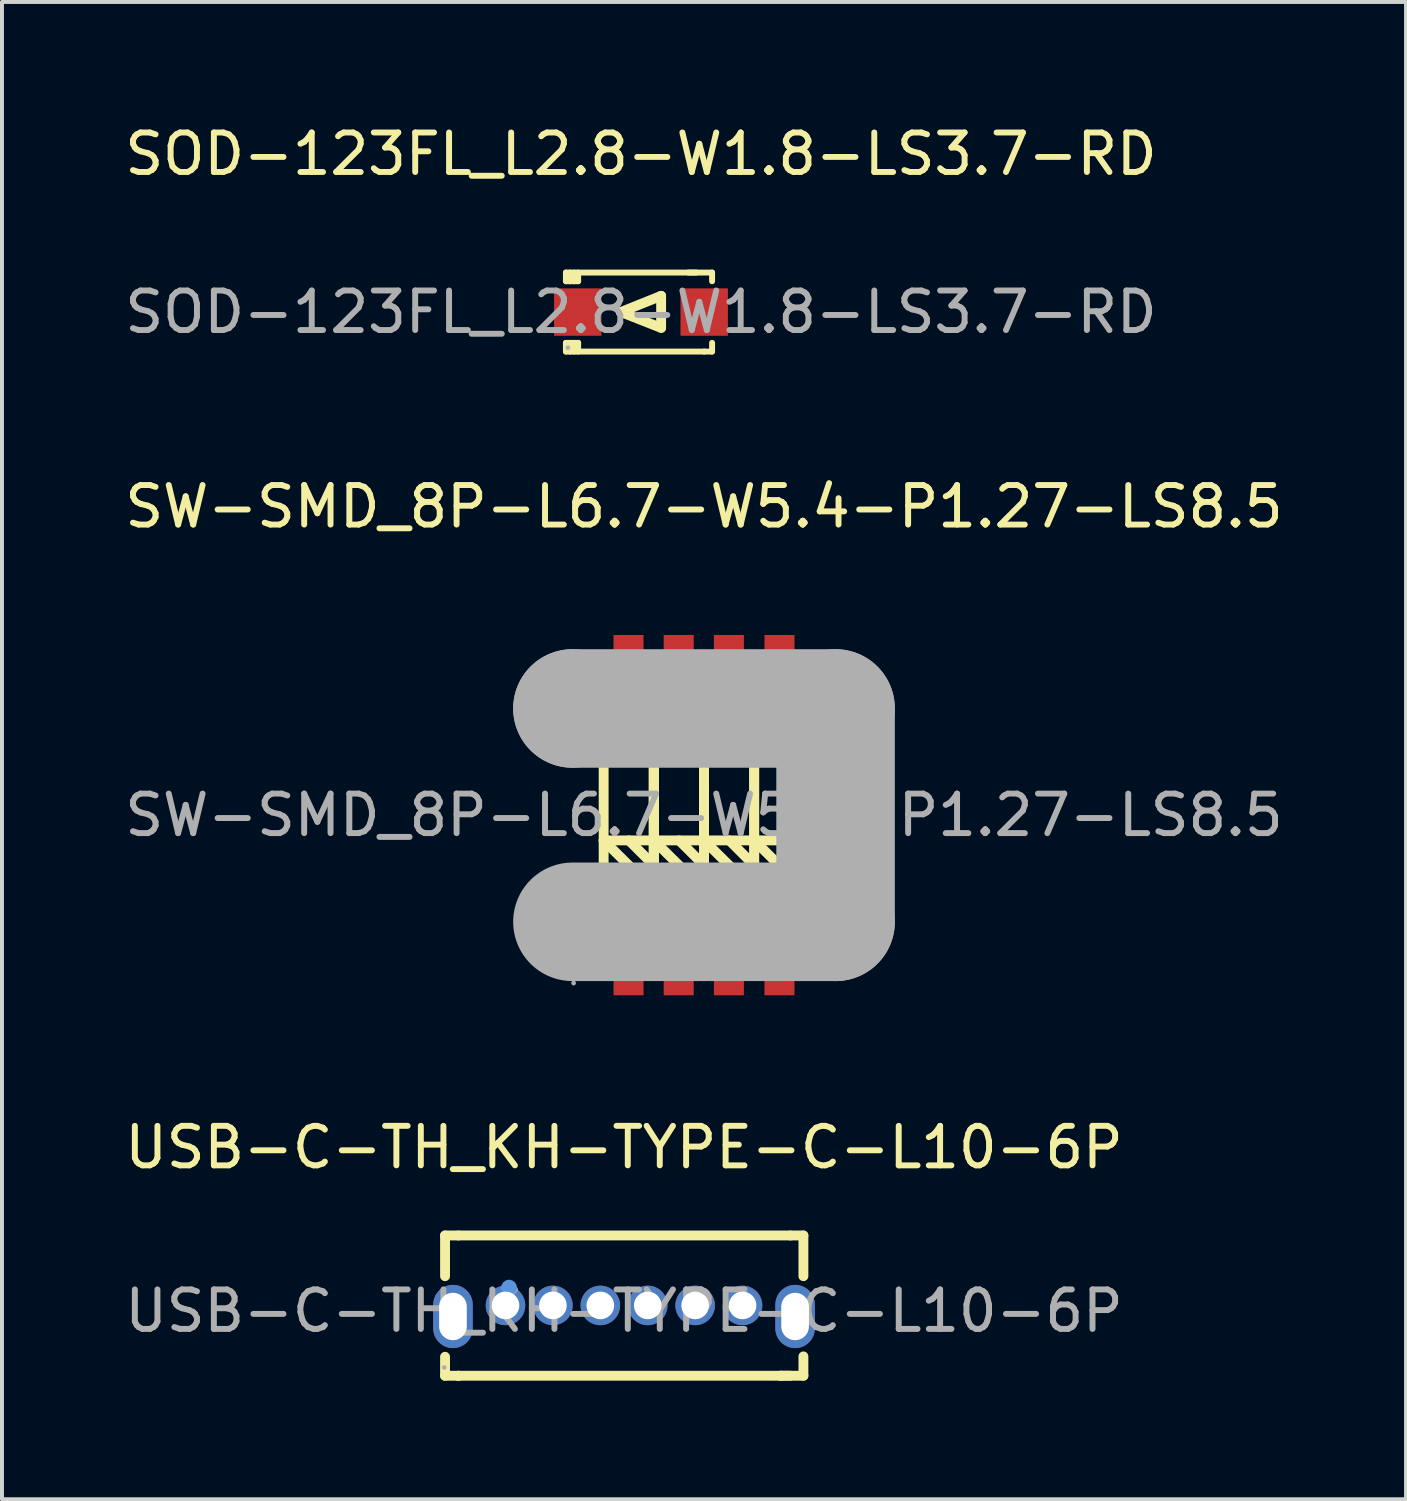
<source format=kicad_pcb>
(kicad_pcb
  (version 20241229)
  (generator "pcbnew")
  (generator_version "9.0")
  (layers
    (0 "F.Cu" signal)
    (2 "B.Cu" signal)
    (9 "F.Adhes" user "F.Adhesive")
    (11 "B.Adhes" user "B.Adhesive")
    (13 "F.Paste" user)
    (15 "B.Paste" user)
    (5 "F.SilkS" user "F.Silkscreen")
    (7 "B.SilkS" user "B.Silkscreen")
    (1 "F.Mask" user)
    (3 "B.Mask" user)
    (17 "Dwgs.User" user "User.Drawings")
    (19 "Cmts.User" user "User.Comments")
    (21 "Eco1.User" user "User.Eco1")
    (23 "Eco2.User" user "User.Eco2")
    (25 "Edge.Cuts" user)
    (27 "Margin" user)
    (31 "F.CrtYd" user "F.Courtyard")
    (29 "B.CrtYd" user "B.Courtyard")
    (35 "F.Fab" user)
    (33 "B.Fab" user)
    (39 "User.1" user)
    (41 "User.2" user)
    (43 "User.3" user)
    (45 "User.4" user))
  (footprint "SW-SMD_8P-L6.7-W5.4-P1.27-LS8.5"
    (layer "F.Cu")
    (at 14.768 17.581)
    (property "Reference" "SW-SMD_8P-L6.7-W5.4-P1.27-LS8.5" (at 0 -7.81 0) (layer "F.SilkS") (effects (font (size 1 1) (thickness 0.15))))
    (attr smd)
    (fp_line (start -2.54 -2.54) (end -2.54 2.54) (stroke (width 0.25) (type solid)) (layer "F.SilkS"))
    (fp_line (start -2.54 0.64) (end -1.27 1.9) (stroke (width 0.25) (type solid)) (layer "F.SilkS"))
    (fp_line (start -2.54 1.27) (end -1.9 1.9) (stroke (width 0.25) (type solid)) (layer "F.SilkS"))
    (fp_line (start -2.54 1.9) (end -1.27 1.9) (stroke (width 0.25) (type solid)) (layer "F.SilkS"))
    (fp_line (start -2.54 2.54) (end -1.27 2.54) (stroke (width 0.25) (type solid)) (layer "F.SilkS"))
    (fp_line (start -1.9 0.64) (end -1.27 1.27) (stroke (width 0.25) (type solid)) (layer "F.SilkS"))
    (fp_line (start -1.27 -2.54) (end -2.54 -2.54) (stroke (width 0.25) (type solid)) (layer "F.SilkS"))
    (fp_line (start -1.27 -2.54) (end -1.27 2.54) (stroke (width 0.25) (type solid)) (layer "F.SilkS"))
    (fp_line (start -1.27 -2.54) (end -1.27 2.54) (stroke (width 0.25) (type solid)) (layer "F.SilkS"))
    (fp_line (start -1.27 0.64) (end -2.54 0.64) (stroke (width 0.25) (type solid)) (layer "F.SilkS"))
    (fp_line (start -1.27 0.64) (end 0 0.64) (stroke (width 0.25) (type solid)) (layer "F.SilkS"))
    (fp_line (start -1.27 1.27) (end -0.63 1.9) (stroke (width 0.25) (type solid)) (layer "F.SilkS"))
    (fp_line (start -1.27 1.9) (end 0 1.9) (stroke (width 0.25) (type solid)) (layer "F.SilkS"))
    (fp_line (start -1.27 2.54) (end -1.27 -2.54) (stroke (width 0.25) (type solid)) (layer "F.SilkS"))
    (fp_line (start -1.27 2.54) (end -1.27 -2.54) (stroke (width 0.25) (type solid)) (layer "F.SilkS"))
    (fp_line (start -1.27 2.54) (end 0 2.54) (stroke (width 0.25) (type solid)) (layer "F.SilkS"))
    (fp_line (start -0.63 0.64) (end 0 1.27) (stroke (width 0.25) (type solid)) (layer "F.SilkS"))
    (fp_line (start 0 -2.54) (end -1.27 -2.54) (stroke (width 0.25) (type solid)) (layer "F.SilkS"))
    (fp_line (start 0 -2.54) (end 0 2.54) (stroke (width 0.25) (type solid)) (layer "F.SilkS"))
    (fp_line (start 0 -2.54) (end 1.27 -2.54) (stroke (width 0.25) (type solid)) (layer "F.SilkS"))
    (fp_line (start 0 0.64) (end 1.27 0.64) (stroke (width 0.25) (type solid)) (layer "F.SilkS"))
    (fp_line (start 0 0.64) (end 1.27 1.9) (stroke (width 0.25) (type solid)) (layer "F.SilkS"))
    (fp_line (start 0 1.27) (end 0.64 1.9) (stroke (width 0.25) (type solid)) (layer "F.SilkS"))
    (fp_line (start 0 1.9) (end -1.27 0.64) (stroke (width 0.25) (type solid)) (layer "F.SilkS"))
    (fp_line (start 0 2.54) (end 0 -2.54) (stroke (width 0.25) (type solid)) (layer "F.SilkS"))
    (fp_line (start 0 2.54) (end 0 -2.54) (stroke (width 0.25) (type solid)) (layer "F.SilkS"))
    (fp_line (start 0.64 0.64) (end 1.27 1.27) (stroke (width 0.25) (type solid)) (layer "F.SilkS"))
    (fp_line (start 1.27 -2.54) (end 1.27 2.54) (stroke (width 0.25) (type solid)) (layer "F.SilkS"))
    (fp_line (start 1.27 -2.54) (end 2.54 -2.54) (stroke (width 0.25) (type solid)) (layer "F.SilkS"))
    (fp_line (start 1.27 0.64) (end 2.54 0.64) (stroke (width 0.25) (type solid)) (layer "F.SilkS"))
    (fp_line (start 1.27 0.64) (end 2.54 1.9) (stroke (width 0.25) (type solid)) (layer "F.SilkS"))
    (fp_line (start 1.27 1.27) (end 1.91 1.9) (stroke (width 0.25) (type solid)) (layer "F.SilkS"))
    (fp_line (start 1.27 1.9) (end 0 1.9) (stroke (width 0.25) (type solid)) (layer "F.SilkS"))
    (fp_line (start 1.27 2.54) (end 0 2.54) (stroke (width 0.25) (type solid)) (layer "F.SilkS"))
    (fp_line (start 1.27 2.54) (end 1.27 -2.54) (stroke (width 0.25) (type solid)) (layer "F.SilkS"))
    (fp_line (start 1.91 0.64) (end 2.54 1.27) (stroke (width 0.25) (type solid)) (layer "F.SilkS"))
    (fp_line (start 2.54 -2.54) (end 2.54 2.54) (stroke (width 0.25) (type solid)) (layer "F.SilkS"))
    (fp_line (start 2.54 1.9) (end 1.27 1.9) (stroke (width 0.25) (type solid)) (layer "F.SilkS"))
    (fp_line (start 2.54 2.54) (end 1.27 2.54) (stroke (width 0.25) (type solid)) (layer "F.SilkS"))
    (fp_line (start -3.33 -2.7) (end -3.33 -2.7) (stroke (width 3) (type solid)) (layer "F.Fab"))
    (fp_line (start -3.33 -2.7) (end 3.33 -2.7) (stroke (width 3) (type solid)) (layer "F.Fab"))
    (fp_line (start 3.33 -2.7) (end 3.33 2.7) (stroke (width 3) (type solid)) (layer "F.Fab"))
    (fp_line (start 3.33 2.7) (end -3.33 2.7) (stroke (width 3) (type solid)) (layer "F.Fab"))
    (fp_circle (center -3.3 4.25) (end -3.27 4.25) (stroke (width 0.06) (type solid)) (fill no) (layer "F.Fab"))
    (fp_text user "ON" (at 0.63 -1.52 270) (layer "F.SilkS") (effects (font (size 1 1) (thickness 0.08)) (justify left)))
    (fp_text user "ON" (at -0.64 -1.52 270) (layer "F.SilkS") (effects (font (size 1 1) (thickness 0.08)) (justify left)))
    (fp_text user "ON" (at 1.91 -1.52 270) (layer "F.SilkS") (effects (font (size 1 1) (thickness 0.08)) (justify left)))
    (fp_text user "ON" (at -1.91 -1.52 270) (layer "F.SilkS") (effects (font (size 1 1) (thickness 0.08)) (justify left)))
    (fp_text user "${REFERENCE}" (at 0 0 0) (layer "F.Fab") (effects (font (size 1 1) (thickness 0.15))))
    (pad "1" smd rect (at -1.91 3.81 270) (size 1.5 0.76) (layers "F.Cu" "F.Mask" "F.Paste"))
    (pad "2" smd rect (at -0.64 3.81 270) (size 1.5 0.76) (layers "F.Cu" "F.Mask" "F.Paste"))
    (pad "3" smd rect (at 0.63 3.81 270) (size 1.5 0.76) (layers "F.Cu" "F.Mask" "F.Paste"))
    (pad "4" smd rect (at 1.91 3.81 270) (size 1.5 0.76) (layers "F.Cu" "F.Mask" "F.Paste"))
    (pad "5" smd rect (at 1.91 -3.81 270) (size 1.5 0.76) (layers "F.Cu" "F.Mask" "F.Paste"))
    (pad "6" smd rect (at 0.63 -3.81 270) (size 1.5 0.76) (layers "F.Cu" "F.Mask" "F.Paste"))
    (pad "7" smd rect (at -0.64 -3.81 270) (size 1.5 0.76) (layers "F.Cu" "F.Mask" "F.Paste"))
    (pad "8" smd rect (at -1.91 -3.81 270) (size 1.5 0.76) (layers "F.Cu" "F.Mask" "F.Paste")))
  (footprint "SOD-123FL_L2.8-W1.8-LS3.7-RD"
    (layer "F.Cu")
    (at 13.173 4.848)
    (property "Reference" "SOD-123FL_L2.8-W1.8-LS3.7-RD" (at 0 -4 0) (layer "F.SilkS") (effects (font (size 1 1) (thickness 0.15))))
    (attr smd)
    (fp_line (start -1.9 -1) (end -1.9 -0.78) (stroke (width 0.15) (type solid)) (layer "F.SilkS"))
    (fp_line (start -1.9 0.78) (end -1.9 1) (stroke (width 0.15) (type solid)) (layer "F.SilkS"))
    (fp_line (start -1.9 1) (end 1.6 1) (stroke (width 0.15) (type solid)) (layer "F.SilkS"))
    (fp_line (start -1.79 -0.78) (end -1.79 -1) (stroke (width 0.15) (type solid)) (layer "F.SilkS"))
    (fp_line (start -1.79 1) (end -1.79 0.78) (stroke (width 0.15) (type solid)) (layer "F.SilkS"))
    (fp_line (start -1.69 -1) (end -1.69 -0.78) (stroke (width 0.15) (type solid)) (layer "F.SilkS"))
    (fp_line (start -1.69 0.78) (end -1.69 1) (stroke (width 0.15) (type solid)) (layer "F.SilkS"))
    (fp_line (start -1.59 -1) (end -1.59 -0.78) (stroke (width 0.15) (type solid)) (layer "F.SilkS"))
    (fp_line (start -1.59 -0.78) (end -1.9 -0.78) (stroke (width 0.15) (type solid)) (layer "F.SilkS"))
    (fp_line (start -1.59 0.78) (end -1.9 0.78) (stroke (width 0.15) (type solid)) (layer "F.SilkS"))
    (fp_line (start -1.59 0.78) (end -1.59 1) (stroke (width 0.15) (type solid)) (layer "F.SilkS"))
    (fp_line (start -0.51 0) (end 0.51 -0.41) (stroke (width 0.25) (type solid)) (layer "F.SilkS"))
    (fp_line (start 0.51 -0.41) (end 0.51 0.4) (stroke (width 0.25) (type solid)) (layer "F.SilkS"))
    (fp_line (start 0.51 0.4) (end -0.51 0) (stroke (width 0.25) (type solid)) (layer "F.SilkS"))
    (fp_line (start 1.4 -1) (end -1.9 -1) (stroke (width 0.15) (type solid)) (layer "F.SilkS"))
    (fp_line (start 1.6 1) (end 1.8 1) (stroke (width 0.15) (type solid)) (layer "F.SilkS"))
    (fp_line (start 1.8 -1) (end 1.2 -1) (stroke (width 0.15) (type solid)) (layer "F.SilkS"))
    (fp_line (start 1.8 -0.78) (end 1.8 -1) (stroke (width 0.15) (type solid)) (layer "F.SilkS"))
    (fp_line (start 1.8 1) (end 1.8 0.78) (stroke (width 0.15) (type solid)) (layer "F.SilkS"))
    (fp_circle (center -1.85 0.9) (end -1.82 0.9) (stroke (width 0.06) (type solid)) (fill no) (layer "F.Fab"))
    (fp_text user "${REFERENCE}" (at 0 0 0) (layer "F.Fab") (effects (font (size 1 1) (thickness 0.15))))
    (pad "1" smd rect (at -1.6 0) (size 1.2 1.2) (layers "F.Cu" "F.Mask" "F.Paste"))
    (pad "2" smd rect (at 1.6 0) (size 1.2 1.2) (layers "F.Cu" "F.Mask" "F.Paste")))
  (footprint "USB-C-TH_KH-TYPE-C-L10-6P"
    (layer "F.Cu")
    (at 12.744 30.13)
    (property "Reference" "USB-C-TH_KH-TYPE-C-L10-6P" (at 0 -4.14 0) (layer "F.SilkS") (effects (font (size 1 1) (thickness 0.15))))
    (attr through_hole)
    (fp_line (start -4.53 -1.91) (end -4.53 -0.88) (stroke (width 0.25) (type solid)) (layer "F.SilkS"))
    (fp_line (start -4.53 1.16) (end -4.53 1.64) (stroke (width 0.25) (type solid)) (layer "F.SilkS"))
    (fp_line (start -4.53 1.64) (end -4.19 1.64) (stroke (width 0.25) (type solid)) (layer "F.SilkS"))
    (fp_line (start -4.19 -1.91) (end -4.53 -1.91) (stroke (width 0.25) (type solid)) (layer "F.SilkS"))
    (fp_line (start -4.19 -1.91) (end 4.21 -1.91) (stroke (width 0.25) (type solid)) (layer "F.SilkS"))
    (fp_line (start -4.19 1.64) (end -4.19 1.64) (stroke (width 0.25) (type solid)) (layer "F.SilkS"))
    (fp_line (start -4.19 1.64) (end 4.21 1.64) (stroke (width 0.25) (type solid)) (layer "F.SilkS"))
    (fp_line (start 3.96 1.64) (end 3.96 1.64) (stroke (width 0.25) (type solid)) (layer "F.SilkS"))
    (fp_line (start 4.21 -1.91) (end 4.54 -1.91) (stroke (width 0.25) (type solid)) (layer "F.SilkS"))
    (fp_line (start 4.54 -1.91) (end 4.54 -0.88) (stroke (width 0.25) (type solid)) (layer "F.SilkS"))
    (fp_line (start 4.54 1.15) (end 4.54 1.64) (stroke (width 0.25) (type solid)) (layer "F.SilkS"))
    (fp_line (start 4.54 1.64) (end 3.96 1.64) (stroke (width 0.25) (type solid)) (layer "F.SilkS"))
    (fp_circle (center -2.91 -0.59) (end -2.81 -0.59) (stroke (width 0.2) (type solid)) (fill no) (layer "Cmts.User"))
    (fp_circle (center -4.55 1.43) (end -4.52 1.43) (stroke (width 0.06) (type solid)) (fill no) (layer "F.Fab"))
    (fp_text user "${REFERENCE}" (at 0 0 0) (layer "F.Fab") (effects (font (size 1 1) (thickness 0.15))))
    (pad "1" thru_hole oval (at -4.33 0.14) (size 1 1.6) (drill oval 0.7 1.2) (layers "*.Cu" "*.Mask"))
    (pad "2" thru_hole oval (at 4.33 0.14) (size 1 1.6) (drill oval 0.7 1.2) (layers "*.Cu" "*.Mask"))
    (pad "A5" thru_hole circle (at -0.6 -0.14) (size 1 1) (drill 0.7) (layers "*.Cu" "*.Mask"))
    (pad "A9" thru_hole circle (at 1.8 -0.14) (size 1 1) (drill 0.7) (layers "*.Cu" "*.Mask"))
    (pad "A12" thru_hole circle (at 3 -0.14) (size 1 1) (drill 0.7) (layers "*.Cu" "*.Mask"))
    (pad "B5" thru_hole circle (at 0.6 -0.14) (size 1 1) (drill 0.7) (layers "*.Cu" "*.Mask"))
    (pad "B9" thru_hole circle (at -1.8 -0.14) (size 1 1) (drill 0.7) (layers "*.Cu" "*.Mask"))
    (pad "B12" thru_hole circle (at -3 -0.14) (size 1 1) (drill 0.7) (layers "*.Cu" "*.Mask")))
  (gr_rect
    (start -3 -3)
    (end 32.536 34.895)
    (stroke (width 0.1) (type default))
    (fill no)
    (layer "Edge.Cuts")))
</source>
